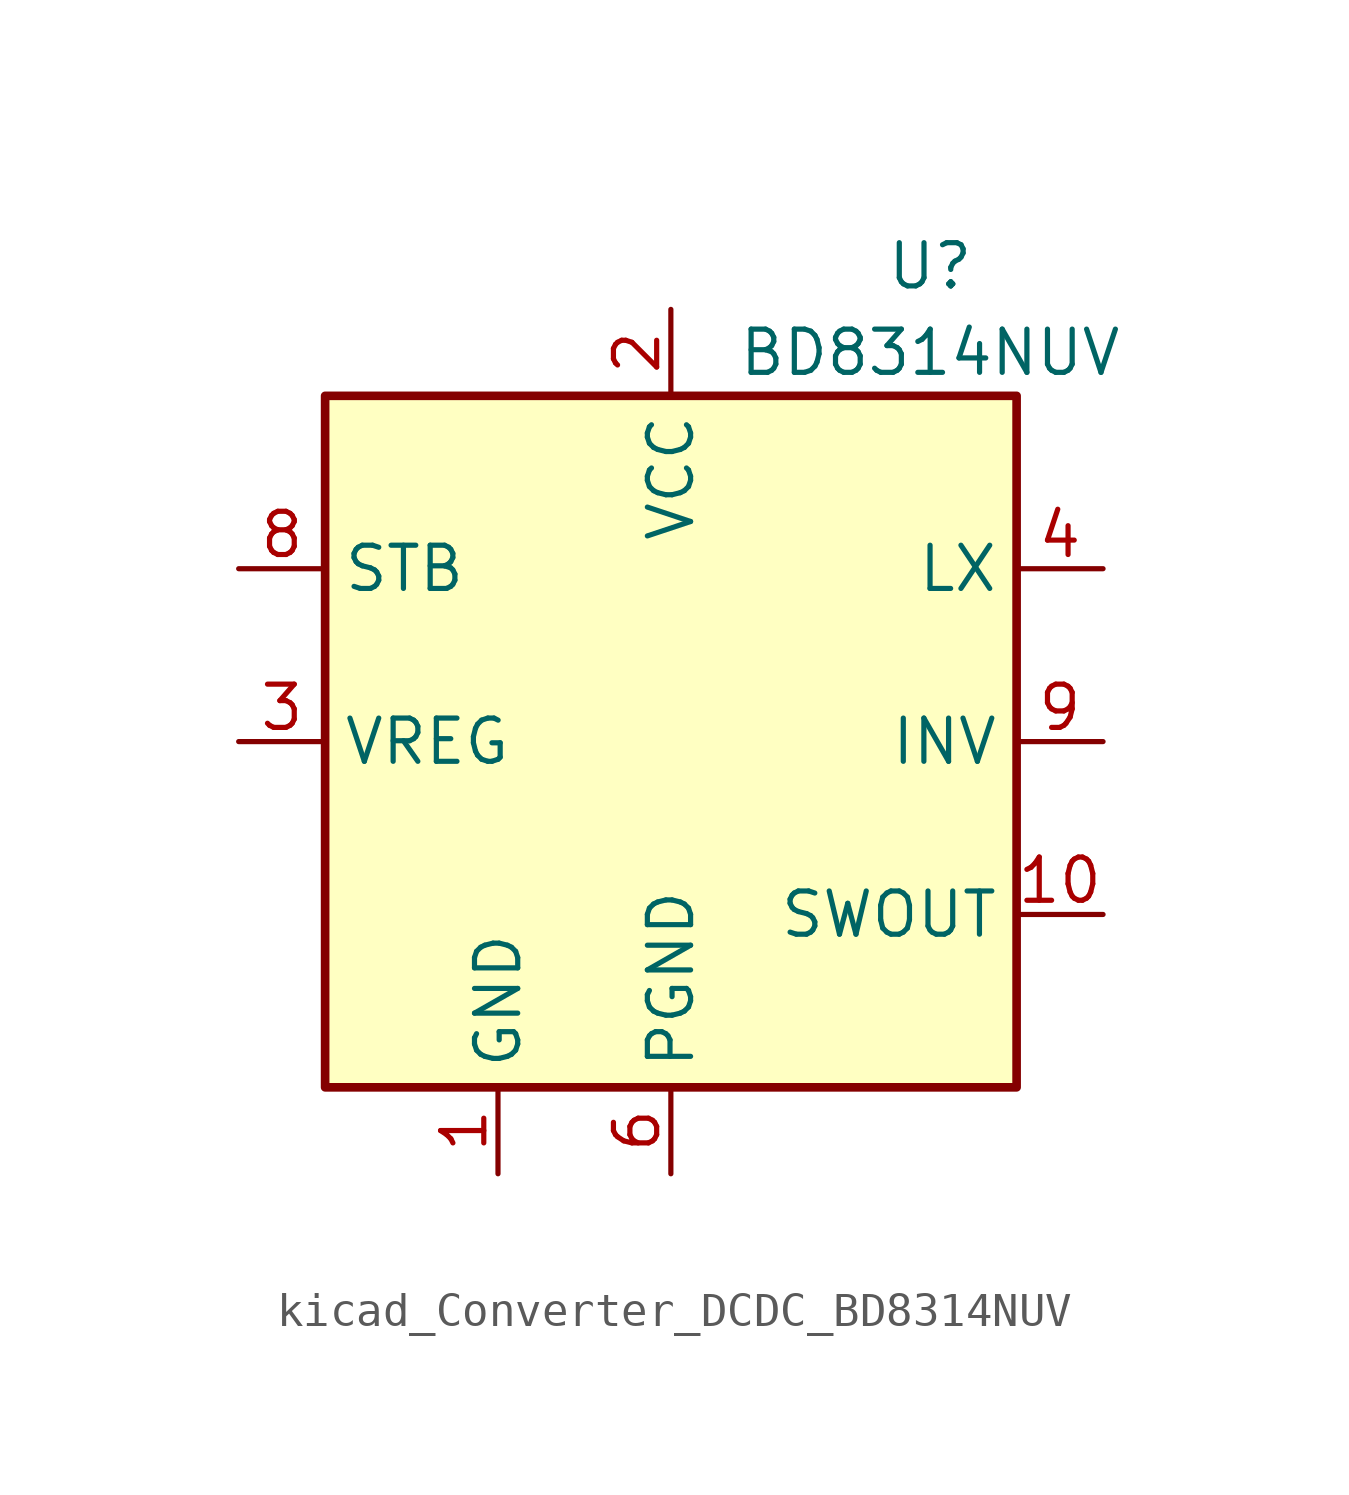
<source format=kicad_sym>
(kicad_symbol_lib
  (version 20220914)
  (generator kicad_symbol_editor)
  (symbol "kicad_Converter_DCDC_BD8314NUV"
    (property "Reference" "U"
      (at 7.62 13.97 0)
      (effects (font (size 1.27 1.27))))
    (property "Value" "BD8314NUV"
      (at 7.62 11.43 0)
      (effects (font (size 1.27 1.27))))
    (symbol "kicad_Converter_DCDC_BD8314NUV_0_1"
      (rectangle (start -10.16 10.16) (end 10.16 -10.16) (stroke (width 0.254) (type default)) (fill (type background))))
    (symbol "kicad_Converter_DCDC_BD8314NUV_1_1"
      (pin power_in line (at -5.08 -12.7 90) (length 2.54) (name "GND" (effects (font (size 1.27 1.27)))) (number "1" (effects (font (size 1.27 1.27)))))
      (pin passive line (at 12.7 -5.08 180) (length 2.54) (name "SWOUT" (effects (font (size 1.27 1.27)))) (number "10" (effects (font (size 1.27 1.27)))))
      (pin passive line (at 0 -12.7 90) (length 2.54) hide (name "PGND" (effects (font (size 1.27 1.27)))) (number "11" (effects (font (size 1.27 1.27)))))
      (pin power_in line (at 0 12.7 270) (length 2.54) (name "VCC" (effects (font (size 1.27 1.27)))) (number "2" (effects (font (size 1.27 1.27)))))
      (pin passive line (at -12.7 0 0) (length 2.54) (name "VREG" (effects (font (size 1.27 1.27)))) (number "3" (effects (font (size 1.27 1.27)))))
      (pin passive line (at 12.7 5.08 180) (length 2.54) (name "LX" (effects (font (size 1.27 1.27)))) (number "4" (effects (font (size 1.27 1.27)))))
      (pin passive line (at 12.7 5.08 180) (length 2.54) hide (name "LX" (effects (font (size 1.27 1.27)))) (number "5" (effects (font (size 1.27 1.27)))))
      (pin power_in line (at 0 -12.7 90) (length 2.54) (name "PGND" (effects (font (size 1.27 1.27)))) (number "6" (effects (font (size 1.27 1.27)))))
      (pin passive line (at 0 -12.7 90) (length 2.54) hide (name "PGND" (effects (font (size 1.27 1.27)))) (number "7" (effects (font (size 1.27 1.27)))))
      (pin input line (at -12.7 5.08 0) (length 2.54) (name "STB" (effects (font (size 1.27 1.27)))) (number "8" (effects (font (size 1.27 1.27)))))
      (pin passive line (at 12.7 0 180) (length 2.54) (name "INV" (effects (font (size 1.27 1.27)))) (number "9" (effects (font (size 1.27 1.27))))))))
</source>
